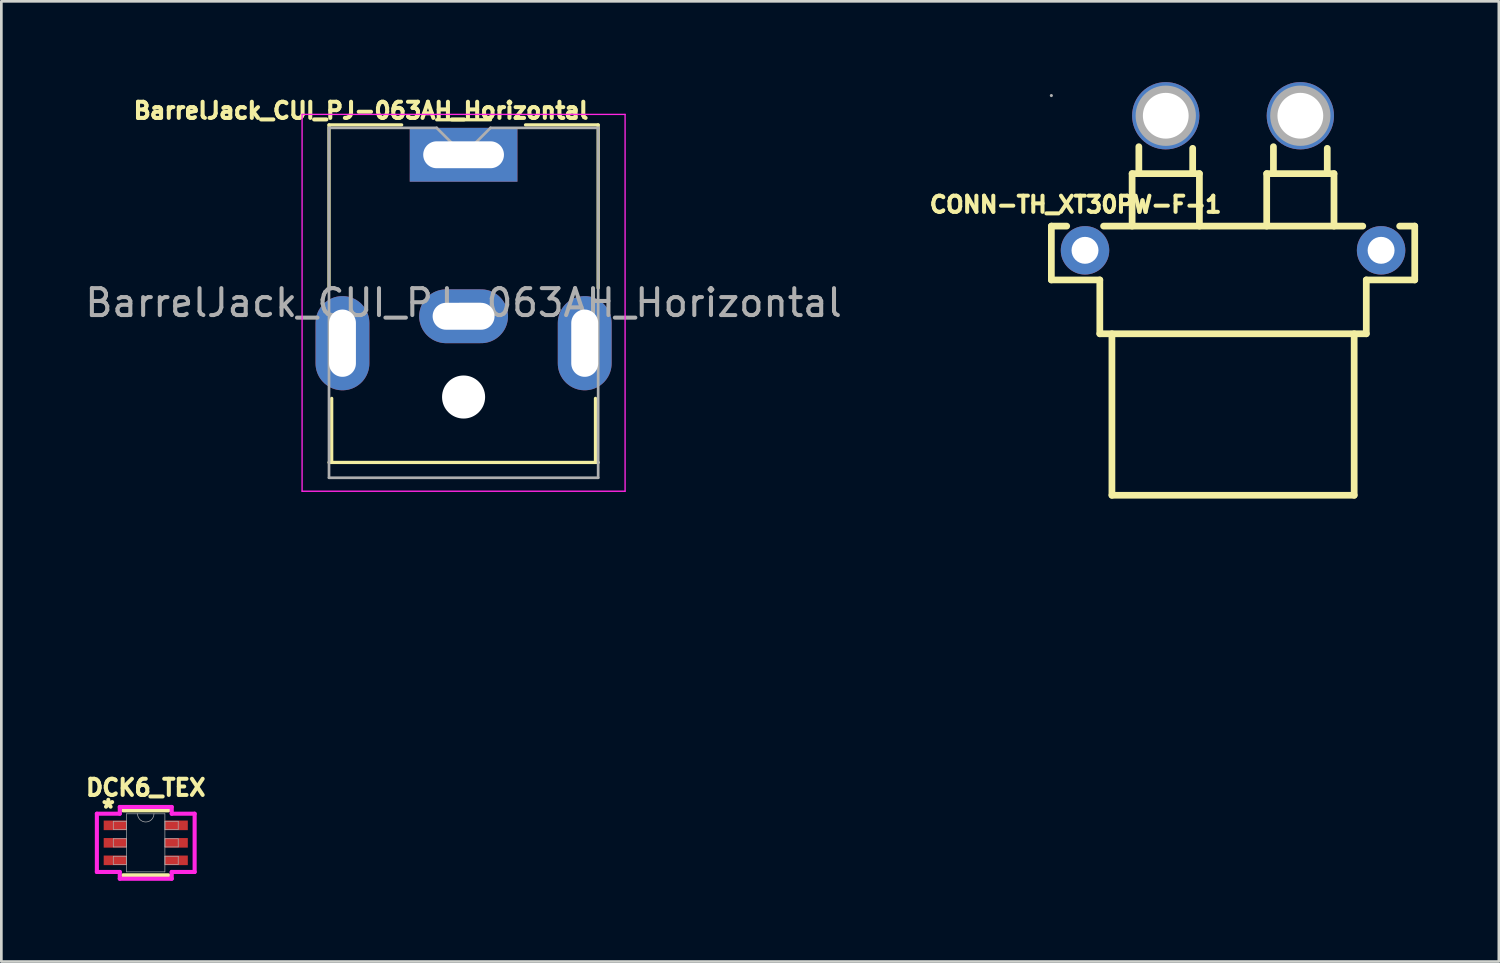
<source format=kicad_pcb>
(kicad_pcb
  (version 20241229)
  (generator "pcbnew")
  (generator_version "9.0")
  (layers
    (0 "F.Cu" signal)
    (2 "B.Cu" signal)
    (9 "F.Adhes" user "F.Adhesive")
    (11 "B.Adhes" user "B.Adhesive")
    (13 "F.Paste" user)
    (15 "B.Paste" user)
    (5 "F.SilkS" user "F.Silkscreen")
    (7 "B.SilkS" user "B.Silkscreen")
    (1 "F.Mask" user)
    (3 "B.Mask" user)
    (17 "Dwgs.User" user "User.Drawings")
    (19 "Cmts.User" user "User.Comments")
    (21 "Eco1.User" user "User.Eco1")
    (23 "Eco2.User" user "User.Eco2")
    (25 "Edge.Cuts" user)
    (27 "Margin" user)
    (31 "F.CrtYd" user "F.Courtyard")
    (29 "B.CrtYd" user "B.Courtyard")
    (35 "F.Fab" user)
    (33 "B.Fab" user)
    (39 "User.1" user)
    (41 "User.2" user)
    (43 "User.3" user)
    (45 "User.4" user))
  (footprint "BarrelJack_CUI_PJ-063AH_Horizontal"
    (layer "F.Cu")
    (at 14.173 2.7)
    (property "Reference" "BarrelJack_CUI_PJ-063AH_Horizontal" (at -3.81 -1.64 0) (layer "F.SilkS") (effects (font (size 0.6 0.6) (thickness 0.15))))
    (attr through_hole)
    (fp_line (start -5 -1.11) (end -2.3 -1.11) (stroke (width 0.12) (type solid)) (layer "F.SilkS"))
    (fp_line (start -5 4.95) (end -5 -1.11) (stroke (width 0.12) (type solid)) (layer "F.SilkS"))
    (fp_line (start -4.9 11.43) (end -4.9 9.05) (stroke (width 0.12) (type solid)) (layer "F.SilkS"))
    (fp_line (start -1 -1.3) (end 1 -1.3) (stroke (width 0.12) (type solid)) (layer "F.SilkS"))
    (fp_line (start 2.3 -1.11) (end 5 -1.11) (stroke (width 0.12) (type solid)) (layer "F.SilkS"))
    (fp_line (start 4.9 9.05) (end 4.9 11.43) (stroke (width 0.12) (type solid)) (layer "F.SilkS"))
    (fp_line (start 5 -1.11) (end 5 4.95) (stroke (width 0.12) (type solid)) (layer "F.SilkS"))
    (fp_line (start 5 11.43) (end -5 11.43) (stroke (width 0.12) (type solid)) (layer "F.SilkS"))
    (fp_line (start -6 -1.5) (end -6 12.5) (stroke (width 0.05) (type solid)) (layer "F.CrtYd"))
    (fp_line (start -6 12.5) (end 6 12.5) (stroke (width 0.05) (type solid)) (layer "F.CrtYd"))
    (fp_line (start 6 -1.5) (end -6 -1.5) (stroke (width 0.05) (type solid)) (layer "F.CrtYd"))
    (fp_line (start 6 12.5) (end 6 -1.5) (stroke (width 0.05) (type solid)) (layer "F.CrtYd"))
    (fp_line (start -5 -1) (end -1 -1) (stroke (width 0.1) (type solid)) (layer "F.Fab"))
    (fp_line (start -5 12) (end -5 -1) (stroke (width 0.1) (type solid)) (layer "F.Fab"))
    (fp_line (start -1 -1) (end 0 0) (stroke (width 0.1) (type solid)) (layer "F.Fab"))
    (fp_line (start 0 0) (end 1 -1) (stroke (width 0.1) (type solid)) (layer "F.Fab"))
    (fp_line (start 1 -1) (end 5 -1) (stroke (width 0.1) (type solid)) (layer "F.Fab"))
    (fp_line (start 5 -1) (end 5 12) (stroke (width 0.1) (type solid)) (layer "F.Fab"))
    (fp_line (start 5 12) (end -5 12) (stroke (width 0.1) (type solid)) (layer "F.Fab"))
    (fp_line (start -6.35 11.9) (end -1.35 16.9) (stroke (width 0.12) (type solid)) (layer "User.1"))
    (fp_line (start -6.35 11.9) (end 6.35 11.9) (stroke (width 0.1) (type solid)) (layer "User.1"))
    (fp_line (start 0 -2.64) (end 0 16.41) (stroke (width 0.12) (type solid)) (layer "User.1"))
    (fp_text user "${REFERENCE}" (at 0 5.5 0) (layer "F.Fab") (effects (font (size 1 1) (thickness 0.15))))
    (fp_text user "CL" (at 0 15.14 270) (unlocked yes) (layer "User.1") (effects (font (size 0.6 0.6) (thickness 0.1))))
    (fp_text user "Board Edge" (at -2.85 14.4 315) (unlocked yes) (layer "User.1") (effects (font (size 0.6 0.6) (thickness 0.1))))
    (fp_text user "V 12" (at 0 18 180) (unlocked yes) (layer "User.1") (effects (font (size 1 1) (thickness 0.15))))
    (pad "" np_thru_hole circle (at 0 9) (size 1.6 1.6) (drill 1.6) (layers "*.Cu" "*.Mask"))
    (pad "1" thru_hole rect (at 0 0) (size 4 2) (drill oval 3 1) (layers "*.Cu" "*.Mask"))
    (pad "2" thru_hole oval (at 0 6) (size 3.3 2) (drill oval 2.3 1) (layers "*.Cu" "*.Mask"))
    (pad "3" thru_hole oval (at -4.5 7) (size 2 3.5) (drill oval 1 2.5) (layers "*.Cu" "*.Mask"))
    (pad "4" thru_hole oval (at 4.5 7) (size 2 3.5) (drill oval 1 2.5) (layers "*.Cu" "*.Mask")))
  (footprint "DCK6_TEX"
    (layer "F.Cu")
    (at 2.365 28.263)
    (property "Reference" "DCK6_TEX" (at 0 -2.05 0) (unlocked yes) (layer "F.SilkS") (effects (font (size 0.6 0.6) (thickness 0.15))))
    (attr smd)
    (fp_line (start -0.838 1.206) (end 0.838 1.206) (stroke (width 0.152) (type solid)) (layer "F.SilkS"))
    (fp_line (start 0.838 -1.206) (end -0.838 -1.206) (stroke (width 0.152) (type solid)) (layer "F.SilkS"))
    (fp_line (start -1.816 -1.082) (end -0.965 -1.082) (stroke (width 0.152) (type solid)) (layer "F.CrtYd"))
    (fp_line (start -1.816 1.082) (end -1.816 -1.082) (stroke (width 0.152) (type solid)) (layer "F.CrtYd"))
    (fp_line (start -1.816 1.082) (end -0.965 1.082) (stroke (width 0.152) (type solid)) (layer "F.CrtYd"))
    (fp_line (start -0.965 -1.333) (end 0.965 -1.333) (stroke (width 0.152) (type solid)) (layer "F.CrtYd"))
    (fp_line (start -0.965 -1.082) (end -0.965 -1.333) (stroke (width 0.152) (type solid)) (layer "F.CrtYd"))
    (fp_line (start -0.965 1.333) (end -0.965 1.082) (stroke (width 0.152) (type solid)) (layer "F.CrtYd"))
    (fp_line (start 0.965 -1.333) (end 0.965 -1.082) (stroke (width 0.152) (type solid)) (layer "F.CrtYd"))
    (fp_line (start 0.965 1.082) (end 0.965 1.333) (stroke (width 0.152) (type solid)) (layer "F.CrtYd"))
    (fp_line (start 0.965 1.333) (end -0.965 1.333) (stroke (width 0.152) (type solid)) (layer "F.CrtYd"))
    (fp_line (start 1.816 -1.082) (end 0.965 -1.082) (stroke (width 0.152) (type solid)) (layer "F.CrtYd"))
    (fp_line (start 1.816 -1.082) (end 1.816 1.082) (stroke (width 0.152) (type solid)) (layer "F.CrtYd"))
    (fp_line (start 1.816 1.082) (end 0.965 1.082) (stroke (width 0.152) (type solid)) (layer "F.CrtYd"))
    (fp_line (start -1.206 -0.802) (end -1.206 -0.498) (stroke (width 0.025) (type solid)) (layer "F.Fab"))
    (fp_line (start -1.206 -0.498) (end -0.711 -0.498) (stroke (width 0.025) (type solid)) (layer "F.Fab"))
    (fp_line (start -1.206 -0.152) (end -1.206 0.152) (stroke (width 0.025) (type solid)) (layer "F.Fab"))
    (fp_line (start -1.206 0.152) (end -0.711 0.152) (stroke (width 0.025) (type solid)) (layer "F.Fab"))
    (fp_line (start -1.206 0.498) (end -1.206 0.802) (stroke (width 0.025) (type solid)) (layer "F.Fab"))
    (fp_line (start -1.206 0.802) (end -0.711 0.802) (stroke (width 0.025) (type solid)) (layer "F.Fab"))
    (fp_line (start -0.711 -1.079) (end -0.711 1.079) (stroke (width 0.025) (type solid)) (layer "F.Fab"))
    (fp_line (start -0.711 -0.802) (end -1.206 -0.802) (stroke (width 0.025) (type solid)) (layer "F.Fab"))
    (fp_line (start -0.711 -0.498) (end -0.711 -0.802) (stroke (width 0.025) (type solid)) (layer "F.Fab"))
    (fp_line (start -0.711 -0.152) (end -1.206 -0.152) (stroke (width 0.025) (type solid)) (layer "F.Fab"))
    (fp_line (start -0.711 0.152) (end -0.711 -0.152) (stroke (width 0.025) (type solid)) (layer "F.Fab"))
    (fp_line (start -0.711 0.498) (end -1.206 0.498) (stroke (width 0.025) (type solid)) (layer "F.Fab"))
    (fp_line (start -0.711 0.802) (end -0.711 0.498) (stroke (width 0.025) (type solid)) (layer "F.Fab"))
    (fp_line (start -0.711 1.079) (end 0.711 1.079) (stroke (width 0.025) (type solid)) (layer "F.Fab"))
    (fp_line (start 0.711 -1.079) (end -0.711 -1.079) (stroke (width 0.025) (type solid)) (layer "F.Fab"))
    (fp_line (start 0.711 -0.802) (end 0.711 -0.498) (stroke (width 0.025) (type solid)) (layer "F.Fab"))
    (fp_line (start 0.711 -0.498) (end 1.206 -0.498) (stroke (width 0.025) (type solid)) (layer "F.Fab"))
    (fp_line (start 0.711 -0.152) (end 0.711 0.152) (stroke (width 0.025) (type solid)) (layer "F.Fab"))
    (fp_line (start 0.711 0.152) (end 1.206 0.152) (stroke (width 0.025) (type solid)) (layer "F.Fab"))
    (fp_line (start 0.711 0.498) (end 0.711 0.802) (stroke (width 0.025) (type solid)) (layer "F.Fab"))
    (fp_line (start 0.711 0.802) (end 1.206 0.802) (stroke (width 0.025) (type solid)) (layer "F.Fab"))
    (fp_line (start 0.711 1.079) (end 0.711 -1.079) (stroke (width 0.025) (type solid)) (layer "F.Fab"))
    (fp_line (start 1.206 -0.802) (end 0.711 -0.802) (stroke (width 0.025) (type solid)) (layer "F.Fab"))
    (fp_line (start 1.206 -0.498) (end 1.206 -0.802) (stroke (width 0.025) (type solid)) (layer "F.Fab"))
    (fp_line (start 1.206 -0.152) (end 0.711 -0.152) (stroke (width 0.025) (type solid)) (layer "F.Fab"))
    (fp_line (start 1.206 0.152) (end 1.206 -0.152) (stroke (width 0.025) (type solid)) (layer "F.Fab"))
    (fp_line (start 1.206 0.498) (end 0.711 0.498) (stroke (width 0.025) (type solid)) (layer "F.Fab"))
    (fp_line (start 1.206 0.802) (end 1.206 0.498) (stroke (width 0.025) (type solid)) (layer "F.Fab"))
    (fp_arc (start 0.3048 -1.0795) (mid 0 -0.7747) (end -0.3048 -1.0795) (stroke (width 0.0254) (type solid)) (layer "F.Fab"))
    (fp_text user "*" (at -1.391 -1.27 0) (layer "F.SilkS") (effects (font (size 0.6 0.6) (thickness 0.15))))
    (pad "1" smd rect (at -1.137 -0.65) (size 0.851 0.356) (layers "F.Cu" "F.Mask" "F.Paste"))
    (pad "2" smd rect (at -1.137 0) (size 0.851 0.356) (layers "F.Cu" "F.Mask" "F.Paste"))
    (pad "3" smd rect (at -1.137 0.65) (size 0.851 0.356) (layers "F.Cu" "F.Mask" "F.Paste"))
    (pad "4" smd rect (at 1.137 0.65) (size 0.851 0.356) (layers "F.Cu" "F.Mask" "F.Paste"))
    (pad "5" smd rect (at 1.137 0) (size 0.851 0.356) (layers "F.Cu" "F.Mask" "F.Paste"))
    (pad "6" smd rect (at 1.137 -0.65) (size 0.851 0.356) (layers "F.Cu" "F.Mask" "F.Paste")))
  (footprint "CONN-TH_XT30PW-F-1"
    (layer "F.Cu")
    (at 42.76 3.75)
    (property "Reference" "CONN-TH_XT30PW-F-1" (at -5.85 0.8 0) (layer "F.SilkS") (effects (font (size 0.6 0.6) (thickness 0.15))))
    (attr through_hole)
    (fp_line (start -6.75 1.6) (end -6.75 3.6) (stroke (width 0.25) (type solid)) (layer "F.SilkS"))
    (fp_line (start -6.75 3.6) (end -4.95 3.6) (stroke (width 0.25) (type solid)) (layer "F.SilkS"))
    (fp_line (start -6.18 1.6) (end -6.75 1.6) (stroke (width 0.25) (type solid)) (layer "F.SilkS"))
    (fp_line (start -4.95 5.6) (end -4.95 3.6) (stroke (width 0.25) (type solid)) (layer "F.SilkS"))
    (fp_line (start -4.81 1.6) (end 4.82 1.6) (stroke (width 0.25) (type solid)) (layer "F.SilkS"))
    (fp_line (start -4.5 11.6) (end -4.5 5.6) (stroke (width 0.25) (type solid)) (layer "F.SilkS"))
    (fp_line (start -4.5 11.6) (end 4.5 11.6) (stroke (width 0.25) (type solid)) (layer "F.SilkS"))
    (fp_line (start -3.75 -0.35) (end -1.25 -0.35) (stroke (width 0.25) (type solid)) (layer "F.SilkS"))
    (fp_line (start -3.75 1.6) (end -3.75 -0.35) (stroke (width 0.25) (type solid)) (layer "F.SilkS"))
    (fp_line (start -3.5 -0.35) (end -3.5 -1.35) (stroke (width 0.25) (type solid)) (layer "F.SilkS"))
    (fp_line (start -1.5 -0.35) (end -1.5 -1.29) (stroke (width 0.25) (type solid)) (layer "F.SilkS"))
    (fp_line (start -1.25 1.6) (end -1.25 -0.35) (stroke (width 0.25) (type solid)) (layer "F.SilkS"))
    (fp_line (start 1.25 -0.35) (end 3.75 -0.35) (stroke (width 0.25) (type solid)) (layer "F.SilkS"))
    (fp_line (start 1.25 1.6) (end 1.25 -0.35) (stroke (width 0.25) (type solid)) (layer "F.SilkS"))
    (fp_line (start 1.5 -0.35) (end 1.5 -1.35) (stroke (width 0.25) (type solid)) (layer "F.SilkS"))
    (fp_line (start 3.5 -0.35) (end 3.5 -1.29) (stroke (width 0.25) (type solid)) (layer "F.SilkS"))
    (fp_line (start 3.75 1.6) (end 3.75 -0.35) (stroke (width 0.25) (type solid)) (layer "F.SilkS"))
    (fp_line (start 4.5 11.6) (end 4.5 5.6) (stroke (width 0.25) (type solid)) (layer "F.SilkS"))
    (fp_line (start 4.95 5.6) (end -4.95 5.6) (stroke (width 0.25) (type solid)) (layer "F.SilkS"))
    (fp_line (start 4.95 5.6) (end 4.95 3.6) (stroke (width 0.25) (type solid)) (layer "F.SilkS"))
    (fp_line (start 6.19 1.6) (end 6.75 1.6) (stroke (width 0.25) (type solid)) (layer "F.SilkS"))
    (fp_line (start 6.75 1.6) (end 6.75 3.6) (stroke (width 0.25) (type solid)) (layer "F.SilkS"))
    (fp_line (start 6.75 3.6) (end 4.95 3.6) (stroke (width 0.25) (type solid)) (layer "F.SilkS"))
    (fp_circle (center -6.75 -3.25) (end -6.72 -3.25) (stroke (width 0.06) (type solid)) (fill no) (layer "F.Fab"))
    (fp_circle (center -5.5 2.5) (end -5.3 2.5) (stroke (width 0.4) (type solid)) (fill no) (layer "F.Fab"))
    (fp_circle (center -2.5 -2.5) (end -2.13 -2.5) (stroke (width 0.75) (type solid)) (fill no) (layer "F.Fab"))
    (fp_circle (center 2.5 -2.5) (end 2.87 -2.5) (stroke (width 0.75) (type solid)) (fill no) (layer "F.Fab"))
    (fp_circle (center 5.5 2.5) (end 5.7 2.5) (stroke (width 0.4) (type solid)) (fill no) (layer "F.Fab"))
    (fp_line (start -6.35 11.9) (end -1.35 16.9) (stroke (width 0.12) (type solid)) (layer "User.1"))
    (fp_line (start -6.35 11.9) (end 6.35 11.9) (stroke (width 0.1) (type solid)) (layer "User.1"))
    (fp_line (start 0 -2.64) (end 0 16.41) (stroke (width 0.12) (type solid)) (layer "User.1"))
    (fp_text user "CL" (at 0 15.14 270) (unlocked yes) (layer "User.1") (effects (font (size 0.6 0.6) (thickness 0.1))))
    (fp_text user "V 12" (at 0 18 180) (unlocked yes) (layer "User.1") (effects (font (size 1 1) (thickness 0.15))))
    (fp_text user "Board Edge" (at -2.85 14.4 315) (unlocked yes) (layer "User.1") (effects (font (size 0.6 0.6) (thickness 0.1))))
    (pad "1" thru_hole circle (at -2.5 -2.5) (size 2.5 2.5) (drill 1.7) (layers "*.Cu" "*.Mask"))
    (pad "2" thru_hole circle (at 2.5 -2.5) (size 2.5 2.5) (drill 1.7) (layers "*.Cu" "*.Mask"))
    (pad "MP" thru_hole circle (at -5.5 2.5) (size 1.8 1.8) (drill 1) (layers "*.Cu" "*.Mask"))
    (pad "MP" thru_hole circle (at 5.5 2.5) (size 1.8 1.8) (drill 1) (layers "*.Cu" "*.Mask")))
  (gr_rect
    (start -3 -3)
    (end 52.635 32.673)
    (stroke (width 0.1) (type default))
    (fill no)
    (layer "Edge.Cuts")))
</source>
